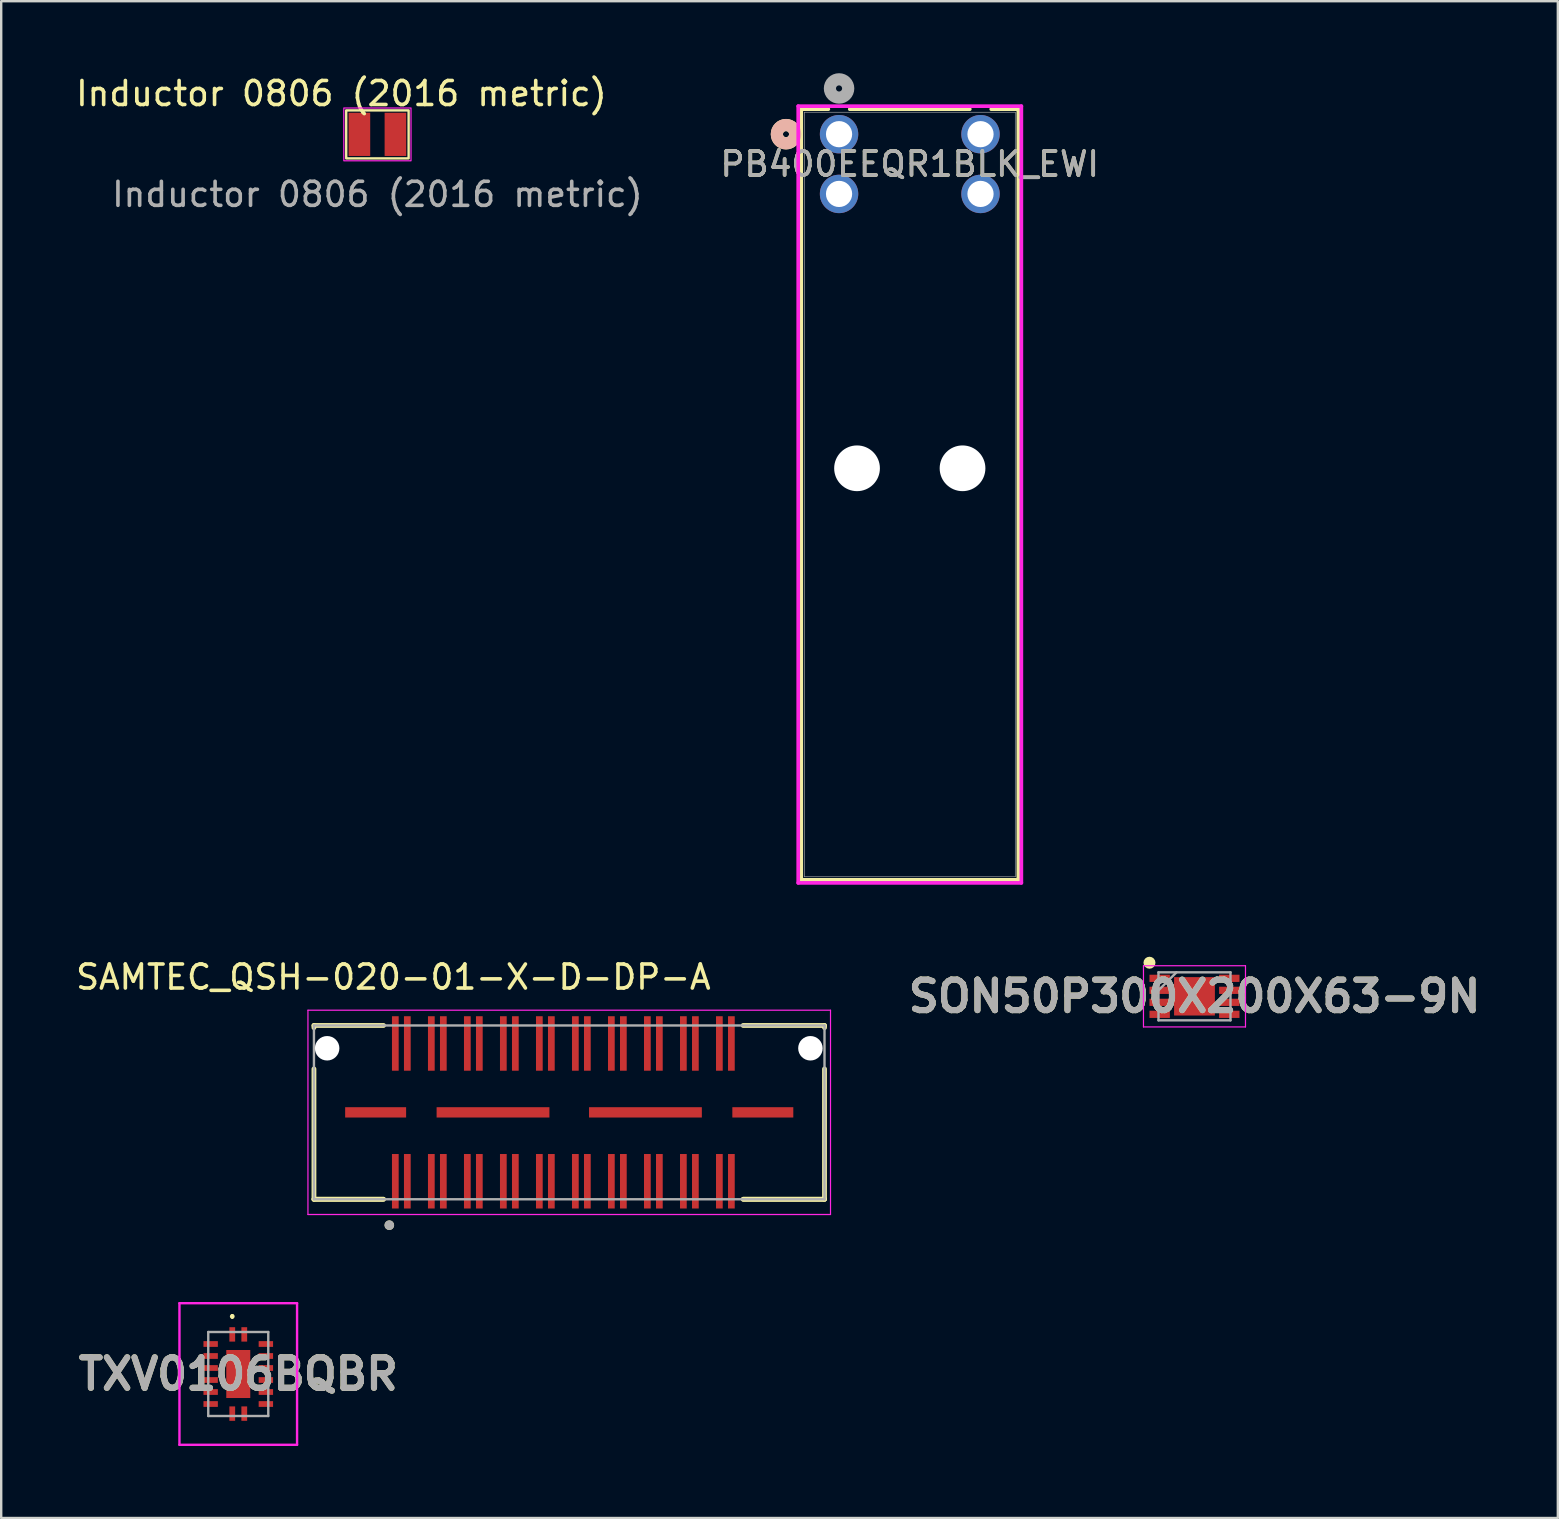
<source format=kicad_pcb>
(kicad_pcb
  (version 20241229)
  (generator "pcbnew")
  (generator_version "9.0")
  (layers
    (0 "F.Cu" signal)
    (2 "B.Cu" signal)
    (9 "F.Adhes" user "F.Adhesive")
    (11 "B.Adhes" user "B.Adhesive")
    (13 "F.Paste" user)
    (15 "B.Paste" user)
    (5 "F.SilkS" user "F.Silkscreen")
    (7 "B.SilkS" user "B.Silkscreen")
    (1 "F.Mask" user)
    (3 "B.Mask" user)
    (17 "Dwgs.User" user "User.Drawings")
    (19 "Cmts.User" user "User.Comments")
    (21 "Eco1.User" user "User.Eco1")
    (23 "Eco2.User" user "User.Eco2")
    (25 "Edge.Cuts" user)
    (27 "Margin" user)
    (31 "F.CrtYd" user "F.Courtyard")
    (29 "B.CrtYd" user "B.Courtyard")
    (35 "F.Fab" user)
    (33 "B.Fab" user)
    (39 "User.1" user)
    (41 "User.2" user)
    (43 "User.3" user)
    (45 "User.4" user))
  (footprint "TXV0106BQBR"
    (layer "F.Cu")
    (at 6.876 54.191)
    (property "Reference" "TXV0106BQBR" (at 0 0 0) (layer "F.SilkS") (effects (font (size 1.27 1.27) (thickness 0.254))))
    (attr smd)
    (fp_line (start -0.25 -2.45) (end -0.25 -2.45) (stroke (width 0.1) (type solid)) (layer "F.SilkS"))
    (fp_line (start -0.25 -2.35) (end -0.25 -2.35) (stroke (width 0.1) (type solid)) (layer "F.SilkS"))
    (fp_arc (start -0.25 -2.45) (mid -0.2 -2.4) (end -0.25 -2.35) (stroke (width 0.1) (type solid)) (layer "F.SilkS"))
    (fp_arc (start -0.25 -2.35) (mid -0.3 -2.4) (end -0.25 -2.45) (stroke (width 0.1) (type solid)) (layer "F.SilkS"))
    (fp_line (start -2.45 -2.95) (end 2.45 -2.95) (stroke (width 0.1) (type solid)) (layer "F.CrtYd"))
    (fp_line (start -2.45 2.95) (end -2.45 -2.95) (stroke (width 0.1) (type solid)) (layer "F.CrtYd"))
    (fp_line (start 2.45 -2.95) (end 2.45 2.95) (stroke (width 0.1) (type solid)) (layer "F.CrtYd"))
    (fp_line (start 2.45 2.95) (end -2.45 2.95) (stroke (width 0.1) (type solid)) (layer "F.CrtYd"))
    (fp_line (start -1.25 -1.75) (end 1.25 -1.75) (stroke (width 0.1) (type solid)) (layer "F.Fab"))
    (fp_line (start -1.25 1.75) (end -1.25 -1.75) (stroke (width 0.1) (type solid)) (layer "F.Fab"))
    (fp_line (start 1.25 -1.75) (end 1.25 1.75) (stroke (width 0.1) (type solid)) (layer "F.Fab"))
    (fp_line (start 1.25 1.75) (end -1.25 1.75) (stroke (width 0.1) (type solid)) (layer "F.Fab"))
    (fp_text user "${REFERENCE}" (at 0 0 0) (layer "F.Fab") (effects (font (size 1.27 1.27) (thickness 0.254))))
    (pad "1" smd rect (at -0.25 -1.65) (size 0.24 0.6) (layers "F.Cu" "F.Mask" "F.Paste"))
    (pad "2" smd rect (at -1.15 -1.25 90) (size 0.24 0.6) (layers "F.Cu" "F.Mask" "F.Paste"))
    (pad "3" smd rect (at -1.15 -0.75 90) (size 0.24 0.6) (layers "F.Cu" "F.Mask" "F.Paste"))
    (pad "4" smd rect (at -1.15 -0.25 90) (size 0.24 0.6) (layers "F.Cu" "F.Mask" "F.Paste"))
    (pad "5" smd rect (at -1.15 0.25 90) (size 0.24 0.6) (layers "F.Cu" "F.Mask" "F.Paste"))
    (pad "6" smd rect (at -1.15 0.75 90) (size 0.24 0.6) (layers "F.Cu" "F.Mask" "F.Paste"))
    (pad "7" smd rect (at -1.15 1.25 90) (size 0.24 0.6) (layers "F.Cu" "F.Mask" "F.Paste"))
    (pad "8" smd rect (at -0.25 1.65) (size 0.24 0.6) (layers "F.Cu" "F.Mask" "F.Paste"))
    (pad "9" smd rect (at 0.25 1.65) (size 0.24 0.6) (layers "F.Cu" "F.Mask" "F.Paste"))
    (pad "10" smd rect (at 1.15 1.25 90) (size 0.24 0.6) (layers "F.Cu" "F.Mask" "F.Paste"))
    (pad "11" smd rect (at 1.15 0.75 90) (size 0.24 0.6) (layers "F.Cu" "F.Mask" "F.Paste"))
    (pad "12" smd rect (at 1.15 0.25 90) (size 0.24 0.6) (layers "F.Cu" "F.Mask" "F.Paste"))
    (pad "13" smd rect (at 1.15 -0.25 90) (size 0.24 0.6) (layers "F.Cu" "F.Mask" "F.Paste"))
    (pad "14" smd rect (at 1.15 -0.75 90) (size 0.24 0.6) (layers "F.Cu" "F.Mask" "F.Paste"))
    (pad "15" smd rect (at 1.15 -1.25 90) (size 0.24 0.6) (layers "F.Cu" "F.Mask" "F.Paste"))
    (pad "16" smd rect (at 0.25 -1.65) (size 0.24 0.6) (layers "F.Cu" "F.Mask" "F.Paste"))
    (pad "17" smd rect (at 0 0) (size 1 2) (layers "F.Cu" "F.Mask" "F.Paste")))
  (footprint "SON50P300X200X63-9N"
    (layer "F.Cu")
    (at 46.712 38.457)
    (property "Reference" "SON50P300X200X63-9N" (at 0 0 0) (layer "F.SilkS") (effects (font (size 1.27 1.27) (thickness 0.254))))
    (attr smd)
    (fp_circle (center -1.875 -1.4) (end -1.875 -1.275) (stroke (width 0.25) (type solid)) (fill no) (layer "F.SilkS"))
    (fp_line (start -2.125 -1.275) (end 2.125 -1.275) (stroke (width 0.05) (type solid)) (layer "F.CrtYd"))
    (fp_line (start -2.125 1.275) (end -2.125 -1.275) (stroke (width 0.05) (type solid)) (layer "F.CrtYd"))
    (fp_line (start 2.125 -1.275) (end 2.125 1.275) (stroke (width 0.05) (type solid)) (layer "F.CrtYd"))
    (fp_line (start 2.125 1.275) (end -2.125 1.275) (stroke (width 0.05) (type solid)) (layer "F.CrtYd"))
    (fp_line (start -1.5 -1) (end 1.5 -1) (stroke (width 0.1) (type solid)) (layer "F.Fab"))
    (fp_line (start -1.5 -0.25) (end -0.75 -1) (stroke (width 0.1) (type solid)) (layer "F.Fab"))
    (fp_line (start -1.5 1) (end -1.5 -1) (stroke (width 0.1) (type solid)) (layer "F.Fab"))
    (fp_line (start 1.5 -1) (end 1.5 1) (stroke (width 0.1) (type solid)) (layer "F.Fab"))
    (fp_line (start 1.5 1) (end -1.5 1) (stroke (width 0.1) (type solid)) (layer "F.Fab"))
    (fp_text user "${REFERENCE}" (at 0 0 0) (layer "F.Fab") (effects (font (size 1.27 1.27) (thickness 0.254))))
    (pad "1" smd rect (at -1.45 -0.75 90) (size 0.3 0.85) (layers "F.Cu" "F.Mask" "F.Paste"))
    (pad "2" smd rect (at -1.45 -0.25 90) (size 0.3 0.85) (layers "F.Cu" "F.Mask" "F.Paste"))
    (pad "3" smd rect (at -1.45 0.25 90) (size 0.3 0.85) (layers "F.Cu" "F.Mask" "F.Paste"))
    (pad "4" smd rect (at -1.45 0.75 90) (size 0.3 0.85) (layers "F.Cu" "F.Mask" "F.Paste"))
    (pad "5" smd rect (at 1.45 0.75 90) (size 0.3 0.85) (layers "F.Cu" "F.Mask" "F.Paste"))
    (pad "6" smd rect (at 1.45 0.25 90) (size 0.3 0.85) (layers "F.Cu" "F.Mask" "F.Paste"))
    (pad "7" smd rect (at 1.45 -0.25 90) (size 0.3 0.85) (layers "F.Cu" "F.Mask" "F.Paste"))
    (pad "8" smd rect (at 1.45 -0.75 90) (size 0.3 0.85) (layers "F.Cu" "F.Mask" "F.Paste"))
    (pad "9" smd rect (at 0 0 90) (size 1.6 1.7) (layers "F.Cu" "F.Mask" "F.Paste")))
  (footprint "SAMTEC_QSH-020-01-X-D-DP-A"
    (layer "F.Cu")
    (at 20.664 43.291)
    (property "Reference" "SAMTEC_QSH-020-01-X-D-DP-A" (at -7.325 -5.635 0) (layer "F.SilkS") (effects (font (size 1 1) (thickness 0.15))))
    (attr smd)
    (fp_line (start -10.635 -3.62) (end -7.735 -3.62) (stroke (width 0.2) (type solid)) (layer "F.SilkS"))
    (fp_line (start -10.635 -3.53) (end -10.635 -3.62) (stroke (width 0.2) (type solid)) (layer "F.SilkS"))
    (fp_line (start -10.635 3.62) (end -10.635 -1.81) (stroke (width 0.2) (type solid)) (layer "F.SilkS"))
    (fp_line (start -7.745 3.62) (end -10.635 3.62) (stroke (width 0.2) (type solid)) (layer "F.SilkS"))
    (fp_line (start -7.735 3.62) (end -10.635 3.62) (stroke (width 0.2) (type solid)) (layer "F.SilkS"))
    (fp_line (start 7.245 -3.62) (end 10.635 -3.62) (stroke (width 0.2) (type solid)) (layer "F.SilkS"))
    (fp_line (start 10.635 -3.62) (end 10.635 -3.53) (stroke (width 0.2) (type solid)) (layer "F.SilkS"))
    (fp_line (start 10.635 3.62) (end 7.245 3.62) (stroke (width 0.2) (type solid)) (layer "F.SilkS"))
    (fp_line (start 10.635 3.62) (end 7.255 3.62) (stroke (width 0.2) (type solid)) (layer "F.SilkS"))
    (fp_line (start 10.635 3.62) (end 10.635 -1.81) (stroke (width 0.2) (type solid)) (layer "F.SilkS"))
    (fp_circle (center -7.495 4.7) (end -7.395 4.7) (stroke (width 0.2) (type solid)) (fill no) (layer "F.SilkS"))
    (fp_line (start -10.885 -4.255) (end -10.885 4.255) (stroke (width 0.05) (type solid)) (layer "F.CrtYd"))
    (fp_line (start -10.885 4.255) (end 10.885 4.255) (stroke (width 0.05) (type solid)) (layer "F.CrtYd"))
    (fp_line (start 10.885 -4.255) (end -10.885 -4.255) (stroke (width 0.05) (type solid)) (layer "F.CrtYd"))
    (fp_line (start 10.885 4.255) (end 10.885 -4.255) (stroke (width 0.05) (type solid)) (layer "F.CrtYd"))
    (fp_line (start -10.635 -3.62) (end 10.635 -3.62) (stroke (width 0.1) (type solid)) (layer "F.Fab"))
    (fp_line (start -10.635 3.62) (end -10.635 -3.62) (stroke (width 0.1) (type solid)) (layer "F.Fab"))
    (fp_line (start 10.635 -3.62) (end 10.635 3.62) (stroke (width 0.1) (type solid)) (layer "F.Fab"))
    (fp_line (start 10.635 3.62) (end -10.635 3.62) (stroke (width 0.1) (type solid)) (layer "F.Fab"))
    (fp_circle (center -7.495 4.7) (end -7.395 4.7) (stroke (width 0.2) (type solid)) (fill no) (layer "F.Fab"))
    (pad "" np_thru_hole circle (at -10.085 -2.67) (size 1.02 1.02) (drill 1.02) (layers "*.Cu" "*.Mask"))
    (pad "" np_thru_hole circle (at 10.048 -2.67) (size 1.02 1.02) (drill 1.02) (layers "*.Cu" "*.Mask"))
    (pad "01" smd rect (at -7.245 2.87) (size 0.28 2.27) (layers "F.Cu" "F.Mask" "F.Paste"))
    (pad "02" smd rect (at -7.245 -2.87) (size 0.28 2.27) (layers "F.Cu" "F.Mask" "F.Paste"))
    (pad "03" smd rect (at -6.745 2.87) (size 0.28 2.27) (layers "F.Cu" "F.Mask" "F.Paste"))
    (pad "04" smd rect (at -6.745 -2.87) (size 0.28 2.27) (layers "F.Cu" "F.Mask" "F.Paste"))
    (pad "05" smd rect (at -5.745 2.87) (size 0.28 2.27) (layers "F.Cu" "F.Mask" "F.Paste"))
    (pad "06" smd rect (at -5.745 -2.87) (size 0.28 2.27) (layers "F.Cu" "F.Mask" "F.Paste"))
    (pad "07" smd rect (at -5.245 2.87) (size 0.28 2.27) (layers "F.Cu" "F.Mask" "F.Paste"))
    (pad "08" smd rect (at -5.245 -2.87) (size 0.28 2.27) (layers "F.Cu" "F.Mask" "F.Paste"))
    (pad "09" smd rect (at -4.245 2.87) (size 0.28 2.27) (layers "F.Cu" "F.Mask" "F.Paste"))
    (pad "10" smd rect (at -4.245 -2.87) (size 0.28 2.27) (layers "F.Cu" "F.Mask" "F.Paste"))
    (pad "11" smd rect (at -3.745 2.87) (size 0.28 2.27) (layers "F.Cu" "F.Mask" "F.Paste"))
    (pad "12" smd rect (at -3.745 -2.87) (size 0.28 2.27) (layers "F.Cu" "F.Mask" "F.Paste"))
    (pad "13" smd rect (at -2.745 2.87) (size 0.28 2.27) (layers "F.Cu" "F.Mask" "F.Paste"))
    (pad "14" smd rect (at -2.745 -2.87) (size 0.28 2.27) (layers "F.Cu" "F.Mask" "F.Paste"))
    (pad "15" smd rect (at -2.245 2.87) (size 0.28 2.27) (layers "F.Cu" "F.Mask" "F.Paste"))
    (pad "16" smd rect (at -2.245 -2.87) (size 0.28 2.27) (layers "F.Cu" "F.Mask" "F.Paste"))
    (pad "17" smd rect (at -1.245 2.87) (size 0.28 2.27) (layers "F.Cu" "F.Mask" "F.Paste"))
    (pad "18" smd rect (at -1.245 -2.87) (size 0.28 2.27) (layers "F.Cu" "F.Mask" "F.Paste"))
    (pad "19" smd rect (at -0.745 2.87) (size 0.28 2.27) (layers "F.Cu" "F.Mask" "F.Paste"))
    (pad "20" smd rect (at -0.745 -2.87) (size 0.28 2.27) (layers "F.Cu" "F.Mask" "F.Paste"))
    (pad "21" smd rect (at 0.255 2.87) (size 0.28 2.27) (layers "F.Cu" "F.Mask" "F.Paste"))
    (pad "22" smd rect (at 0.255 -2.87) (size 0.28 2.27) (layers "F.Cu" "F.Mask" "F.Paste"))
    (pad "23" smd rect (at 0.755 2.87) (size 0.28 2.27) (layers "F.Cu" "F.Mask" "F.Paste"))
    (pad "24" smd rect (at 0.755 -2.87) (size 0.28 2.27) (layers "F.Cu" "F.Mask" "F.Paste"))
    (pad "25" smd rect (at 1.755 2.87) (size 0.28 2.27) (layers "F.Cu" "F.Mask" "F.Paste"))
    (pad "26" smd rect (at 1.755 -2.87) (size 0.28 2.27) (layers "F.Cu" "F.Mask" "F.Paste"))
    (pad "27" smd rect (at 2.255 2.87) (size 0.28 2.27) (layers "F.Cu" "F.Mask" "F.Paste"))
    (pad "28" smd rect (at 2.255 -2.87) (size 0.28 2.27) (layers "F.Cu" "F.Mask" "F.Paste"))
    (pad "29" smd rect (at 3.255 2.87) (size 0.28 2.27) (layers "F.Cu" "F.Mask" "F.Paste"))
    (pad "30" smd rect (at 3.255 -2.87) (size 0.28 2.27) (layers "F.Cu" "F.Mask" "F.Paste"))
    (pad "31" smd rect (at 3.755 2.87) (size 0.28 2.27) (layers "F.Cu" "F.Mask" "F.Paste"))
    (pad "32" smd rect (at 3.755 -2.87) (size 0.28 2.27) (layers "F.Cu" "F.Mask" "F.Paste"))
    (pad "33" smd rect (at 4.755 2.87) (size 0.28 2.27) (layers "F.Cu" "F.Mask" "F.Paste"))
    (pad "34" smd rect (at 4.755 -2.87) (size 0.28 2.27) (layers "F.Cu" "F.Mask" "F.Paste"))
    (pad "35" smd rect (at 5.255 2.87) (size 0.28 2.27) (layers "F.Cu" "F.Mask" "F.Paste"))
    (pad "36" smd rect (at 5.255 -2.87) (size 0.28 2.27) (layers "F.Cu" "F.Mask" "F.Paste"))
    (pad "37" smd rect (at 6.255 2.87) (size 0.28 2.27) (layers "F.Cu" "F.Mask" "F.Paste"))
    (pad "38" smd rect (at 6.255 -2.87) (size 0.28 2.27) (layers "F.Cu" "F.Mask" "F.Paste"))
    (pad "39" smd rect (at 6.755 2.87) (size 0.28 2.27) (layers "F.Cu" "F.Mask" "F.Paste"))
    (pad "40" smd rect (at 6.755 -2.87) (size 0.28 2.27) (layers "F.Cu" "F.Mask" "F.Paste"))
    (pad "G1" smd rect (at -8.065 0) (size 2.54 0.43) (layers "F.Cu" "F.Mask" "F.Paste"))
    (pad "G2" smd rect (at -3.175 0) (size 4.7 0.43) (layers "F.Cu" "F.Mask" "F.Paste"))
    (pad "G3" smd rect (at 3.175 0) (size 4.7 0.43) (layers "F.Cu" "F.Mask" "F.Paste"))
    (pad "G4" smd rect (at 8.065 0) (size 2.54 0.43) (layers "F.Cu" "F.Mask" "F.Paste")))
  (footprint "Inductor 0806 (2016 metric)"
    (layer "F.Cu")
    (at 12.673 2.548)
    (property "Reference" "Inductor 0806 (2016 metric)" (at -1.5 -1.7 0) (unlocked yes) (layer "F.SilkS") (effects (font (size 1 1) (thickness 0.15))))
    (attr smd)
    (fp_rect (start -1.3 -1) (end 1.3 1) (stroke (width 0.1) (type default)) (fill no) (layer "F.SilkS"))
    (fp_rect (start -1.4 -1.1) (end 1.4 1.1) (stroke (width 0.05) (type default)) (fill no) (layer "F.CrtYd"))
    (fp_text user "${REFERENCE}" (at 0 2.5 0) (unlocked yes) (layer "F.Fab") (effects (font (size 1 1) (thickness 0.15))))
    (pad "1" smd rect (at -0.75 0) (size 0.9 1.8) (layers "F.Cu" "F.Mask" "F.Paste"))
    (pad "2" smd rect (at 0.75 0) (size 0.9 1.8) (layers "F.Cu" "F.Mask" "F.Paste")))
  (footprint "PB400EEQR1BLK_EWI"
    (layer "F.Cu")
    (at 31.905 2.54)
    (property "Reference" "PB400EEQR1BLK_EWI" (at 2.946 1.245 0) (unlocked yes) (layer "F.SilkS") (effects (font (size 1 1) (thickness 0.15))))
    (attr through_hole)
    (fp_line (start -1.575 -1.041) (end -1.575 31.064) (stroke (width 0.152) (type solid)) (layer "F.SilkS"))
    (fp_line (start -1.575 31.064) (end 7.468 31.064) (stroke (width 0.152) (type solid)) (layer "F.SilkS"))
    (fp_line (start -0.446 -1.041) (end -1.575 -1.041) (stroke (width 0.152) (type solid)) (layer "F.SilkS"))
    (fp_line (start 5.447 -1.041) (end 0.446 -1.041) (stroke (width 0.152) (type solid)) (layer "F.SilkS"))
    (fp_line (start 7.468 -1.041) (end 6.339 -1.041) (stroke (width 0.152) (type solid)) (layer "F.SilkS"))
    (fp_line (start 7.468 31.064) (end 7.468 -1.041) (stroke (width 0.152) (type solid)) (layer "F.SilkS"))
    (fp_circle (center -2.21 0) (end -1.829 0) (stroke (width 0.508) (type solid)) (fill no) (layer "F.SilkS"))
    (fp_circle (center -2.21 0) (end -1.829 0) (stroke (width 0.508) (type solid)) (fill no) (layer "B.SilkS"))
    (fp_line (start -1.702 -1.168) (end -1.702 31.191) (stroke (width 0.152) (type solid)) (layer "F.CrtYd"))
    (fp_line (start -1.702 31.191) (end 7.595 31.191) (stroke (width 0.152) (type solid)) (layer "F.CrtYd"))
    (fp_line (start 7.595 -1.168) (end -1.702 -1.168) (stroke (width 0.152) (type solid)) (layer "F.CrtYd"))
    (fp_line (start 7.595 31.191) (end 7.595 -1.168) (stroke (width 0.152) (type solid)) (layer "F.CrtYd"))
    (fp_line (start -1.448 -0.914) (end -1.448 30.937) (stroke (width 0.025) (type solid)) (layer "F.Fab"))
    (fp_line (start -1.448 30.937) (end 7.341 30.937) (stroke (width 0.025) (type solid)) (layer "F.Fab"))
    (fp_line (start 7.341 -0.914) (end -1.448 -0.914) (stroke (width 0.025) (type solid)) (layer "F.Fab"))
    (fp_line (start 7.341 30.937) (end 7.341 -0.914) (stroke (width 0.025) (type solid)) (layer "F.Fab"))
    (fp_circle (center 0 -1.905) (end 0.381 -1.905) (stroke (width 0.508) (type solid)) (fill no) (layer "F.Fab"))
    (fp_text user "${REFERENCE}" (at 2.946 1.245 0) (unlocked yes) (layer "F.Fab") (effects (font (size 1 1) (thickness 0.15))))
    (pad "" np_thru_hole circle (at 0.749 13.919) (size 1.905 1.905) (drill 1.905) (layers "*.Cu" "*.Mask"))
    (pad "" np_thru_hole circle (at 5.144 13.919) (size 1.905 1.905) (drill 1.905) (layers "*.Cu" "*.Mask"))
    (pad "1" thru_hole circle (at 0 0) (size 1.6 1.6) (drill 1.092) (layers "*.Cu" "*.Mask"))
    (pad "2" thru_hole circle (at 0 2.489) (size 1.6 1.6) (drill 1.092) (layers "*.Cu" "*.Mask"))
    (pad "3" thru_hole circle (at 5.893 0) (size 1.6 1.6) (drill 1.092) (layers "*.Cu" "*.Mask"))
    (pad "4" thru_hole circle (at 5.893 2.489) (size 1.6 1.6) (drill 1.092) (layers "*.Cu" "*.Mask")))
  (gr_rect
    (start -3 -3)
    (end 61.849 60.191)
    (stroke (width 0.1) (type default))
    (fill no)
    (layer "Edge.Cuts")))
</source>
